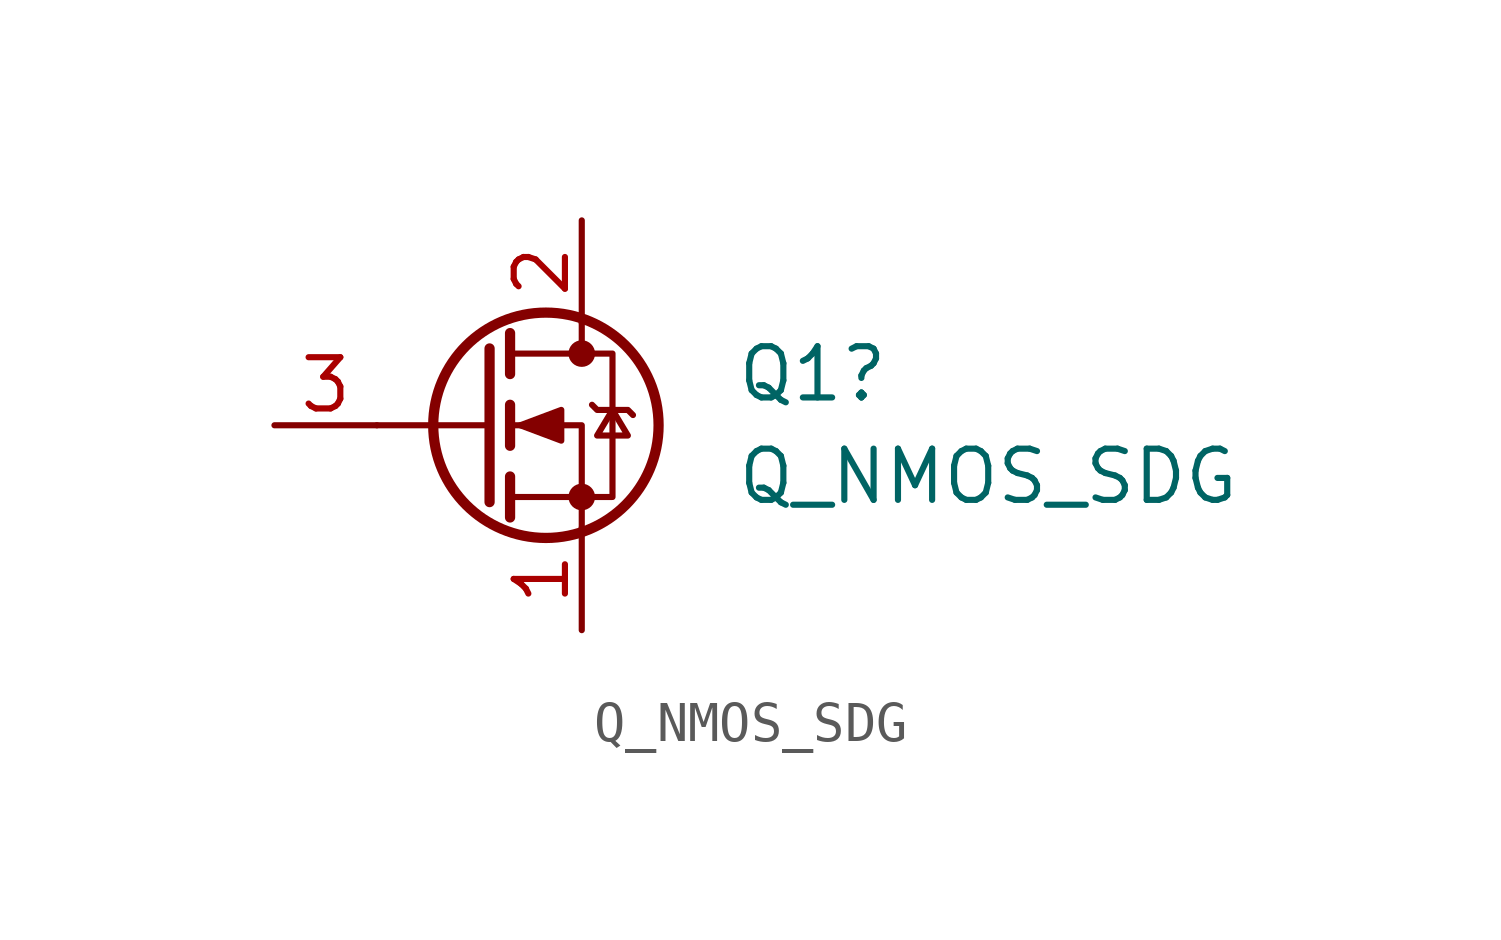
<source format=kicad_sym>
(kicad_symbol_lib
  (version 20231120)
  (generator "kicad_symbol_editor")
  (generator_version "8.0")
  (symbol "Q_NMOS_SDG"
    (pin_names
      (offset 0) hide)
    (property "Reference" "Q1"
      (at 6.35 1.27 0)
      (effects (font (size 1.27 1.27)) (justify left)))
    (property "Value" "Q_NMOS_SDG"
      (at 6.35 -1.27 0)
      (effects (font (size 1.27 1.27)) (justify left)))
    (symbol "Q_NMOS_SDG_0_1"
      (polyline (pts (xy 0.254 0) (xy -2.54 0)) (stroke (width 0) (type default)) (fill (type none)))
      (polyline (pts (xy 0.254 1.905) (xy 0.254 -1.905)) (stroke (width 0.254) (type default)) (fill (type none)))
      (polyline (pts (xy 0.762 -1.27) (xy 0.762 -2.286)) (stroke (width 0.254) (type default)) (fill (type none)))
      (polyline (pts (xy 0.762 0.508) (xy 0.762 -0.508)) (stroke (width 0.254) (type default)) (fill (type none)))
      (polyline (pts (xy 0.762 2.286) (xy 0.762 1.27)) (stroke (width 0.254) (type default)) (fill (type none)))
      (polyline (pts (xy 2.54 2.54) (xy 2.54 1.778)) (stroke (width 0) (type default)) (fill (type none)))
      (polyline (pts (xy 2.54 -2.54) (xy 2.54 0) (xy 0.762 0)) (stroke (width 0) (type default)) (fill (type none)))
      (polyline (pts (xy 0.762 -1.778) (xy 3.302 -1.778) (xy 3.302 1.778) (xy 0.762 1.778)) (stroke (width 0) (type default)) (fill (type none)))
      (polyline (pts (xy 1.016 0) (xy 2.032 0.381) (xy 2.032 -0.381) (xy 1.016 0)) (stroke (width 0) (type default)) (fill (type outline)))
      (polyline (pts (xy 2.794 0.508) (xy 2.921 0.381) (xy 3.683 0.381) (xy 3.81 0.254)) (stroke (width 0) (type default)) (fill (type none)))
      (polyline (pts (xy 3.302 0.381) (xy 2.921 -0.254) (xy 3.683 -0.254) (xy 3.302 0.381)) (stroke (width 0) (type default)) (fill (type none)))
      (circle (center 1.651 0) (radius 2.794) (stroke (width 0.254) (type default)) (fill (type none)))
      (circle (center 2.54 -1.778) (radius 0.254) (stroke (width 0) (type default)) (fill (type outline)))
      (circle (center 2.54 1.778) (radius 0.254) (stroke (width 0) (type default)) (fill (type outline))))
    (symbol "Q_NMOS_SDG_1_1"
      (pin passive line (at 2.54 -5.08 90) (length 2.54) (name "S" (effects (font (size 1.27 1.27)))) (number "1" (effects (font (size 1.27 1.27)))))
      (pin passive line (at 2.54 5.08 270) (length 2.54) (name "D" (effects (font (size 1.27 1.27)))) (number "2" (effects (font (size 1.27 1.27)))))
      (pin input line (at -5.08 0 0) (length 2.54) (name "G" (effects (font (size 1.27 1.27)))) (number "3" (effects (font (size 1.27 1.27))))))))
</source>
